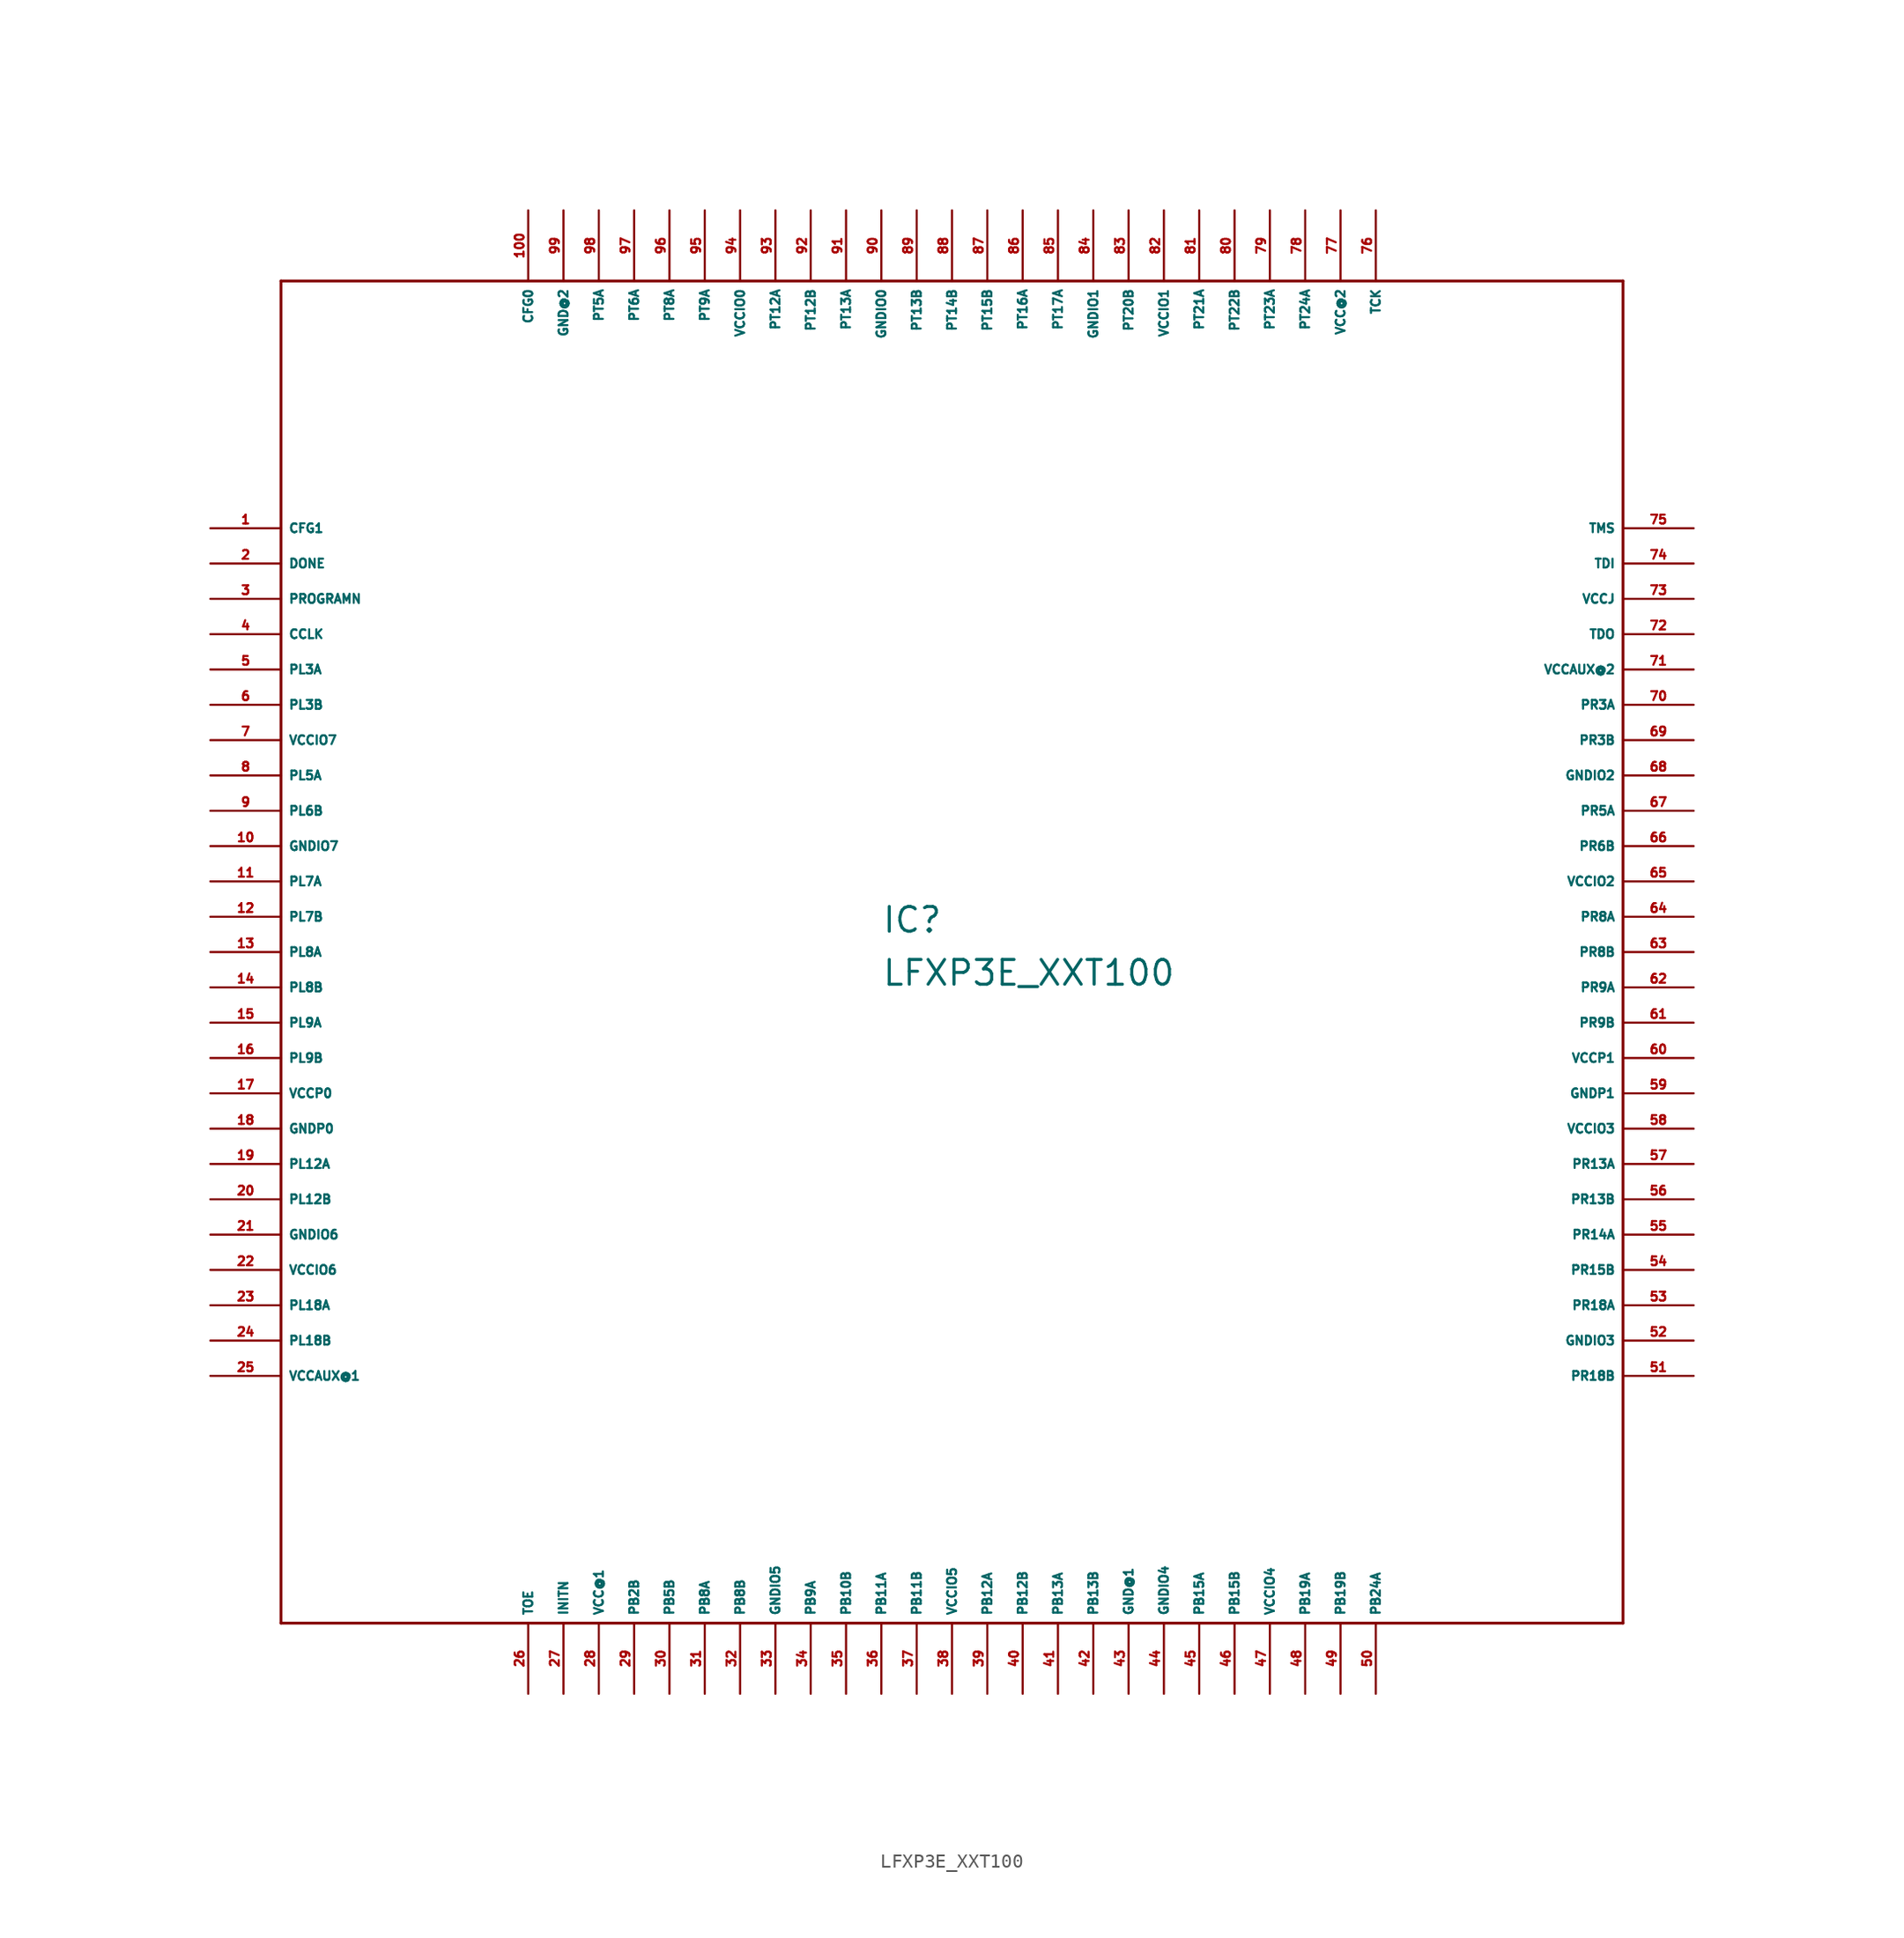
<source format=kicad_sym>
(kicad_symbol_lib
  (version 20220914)
  (generator Eagle2Kicad)
  (symbol "LFXP3E_XXT100"
    (property "Reference" "IC"
      (at -5.08 1.27 0)
      (effects (font (size 1.778 1.778) (thickness 0.22)) (justify left bottom)))
    (property "Value" "LFXP3E_XXT100"
      (at -5.08 -2.54 0)
      (effects (font (size 1.778 1.778) (thickness 0.22)) (justify left bottom)))
    (polyline
      (pts (xy -48.26 -48.26) (xy 48.26 -48.26))
      (stroke (width 0.203) (type default))
      (fill (type none)))
    (polyline
      (pts (xy 48.26 -48.26) (xy 48.26 48.26))
      (stroke (width 0.203) (type default))
      (fill (type none)))
    (polyline
      (pts (xy 48.26 48.26) (xy -48.26 48.26))
      (stroke (width 0.203) (type default))
      (fill (type none)))
    (polyline
      (pts (xy -48.26 48.26) (xy -48.26 -48.26))
      (stroke (width 0.203) (type default))
      (fill (type none)))
    (pin input line
      (at -53.34 30.48 0)
      (length 5.08)
      (name "CFG1" (effects (font (size 0.635 0.635) (thickness 0.08)) (justify left bottom)))
      (number "1" (effects (font (size 0.635 0.635) (thickness 0.08)) (justify left bottom))))
    (pin bidirectional line
      (at -53.34 27.94 0)
      (length 5.08)
      (name "DONE" (effects (font (size 0.635 0.635) (thickness 0.08)) (justify left bottom)))
      (number "2" (effects (font (size 0.635 0.635) (thickness 0.08)) (justify left bottom))))
    (pin input line
      (at -53.34 25.4 0)
      (length 5.08)
      (name "PROGRAMN" (effects (font (size 0.635 0.635) (thickness 0.08)) (justify left bottom)))
      (number "3" (effects (font (size 0.635 0.635) (thickness 0.08)) (justify left bottom))))
    (pin bidirectional line
      (at -53.34 22.86 0)
      (length 5.08)
      (name "CCLK" (effects (font (size 0.635 0.635) (thickness 0.08)) (justify left bottom)))
      (number "4" (effects (font (size 0.635 0.635) (thickness 0.08)) (justify left bottom))))
    (pin bidirectional line
      (at -53.34 20.32 0)
      (length 5.08)
      (name "PL3A" (effects (font (size 0.635 0.635) (thickness 0.08)) (justify left bottom)))
      (number "5" (effects (font (size 0.635 0.635) (thickness 0.08)) (justify left bottom))))
    (pin bidirectional line
      (at -53.34 17.78 0)
      (length 5.08)
      (name "PL3B" (effects (font (size 0.635 0.635) (thickness 0.08)) (justify left bottom)))
      (number "6" (effects (font (size 0.635 0.635) (thickness 0.08)) (justify left bottom))))
    (pin unspecified line
      (at -53.34 15.24 0)
      (length 5.08)
      (name "VCCIO7" (effects (font (size 0.635 0.635) (thickness 0.08)) (justify left bottom)))
      (number "7" (effects (font (size 0.635 0.635) (thickness 0.08)) (justify left bottom))))
    (pin bidirectional line
      (at -53.34 12.7 0)
      (length 5.08)
      (name "PL5A" (effects (font (size 0.635 0.635) (thickness 0.08)) (justify left bottom)))
      (number "8" (effects (font (size 0.635 0.635) (thickness 0.08)) (justify left bottom))))
    (pin bidirectional line
      (at -53.34 10.16 0)
      (length 5.08)
      (name "PL6B" (effects (font (size 0.635 0.635) (thickness 0.08)) (justify left bottom)))
      (number "9" (effects (font (size 0.635 0.635) (thickness 0.08)) (justify left bottom))))
    (pin unspecified line
      (at -53.34 7.62 0)
      (length 5.08)
      (name "GNDIO7" (effects (font (size 0.635 0.635) (thickness 0.08)) (justify left bottom)))
      (number "10" (effects (font (size 0.635 0.635) (thickness 0.08)) (justify left bottom))))
    (pin bidirectional line
      (at -53.34 5.08 0)
      (length 5.08)
      (name "PL7A" (effects (font (size 0.635 0.635) (thickness 0.08)) (justify left bottom)))
      (number "11" (effects (font (size 0.635 0.635) (thickness 0.08)) (justify left bottom))))
    (pin bidirectional line
      (at -53.34 2.54 0)
      (length 5.08)
      (name "PL7B" (effects (font (size 0.635 0.635) (thickness 0.08)) (justify left bottom)))
      (number "12" (effects (font (size 0.635 0.635) (thickness 0.08)) (justify left bottom))))
    (pin bidirectional line
      (at -53.34 0 0)
      (length 5.08)
      (name "PL8A" (effects (font (size 0.635 0.635) (thickness 0.08)) (justify left bottom)))
      (number "13" (effects (font (size 0.635 0.635) (thickness 0.08)) (justify left bottom))))
    (pin bidirectional line
      (at -53.34 -2.54 0)
      (length 5.08)
      (name "PL8B" (effects (font (size 0.635 0.635) (thickness 0.08)) (justify left bottom)))
      (number "14" (effects (font (size 0.635 0.635) (thickness 0.08)) (justify left bottom))))
    (pin bidirectional line
      (at -53.34 -5.08 0)
      (length 5.08)
      (name "PL9A" (effects (font (size 0.635 0.635) (thickness 0.08)) (justify left bottom)))
      (number "15" (effects (font (size 0.635 0.635) (thickness 0.08)) (justify left bottom))))
    (pin bidirectional line
      (at -53.34 -7.62 0)
      (length 5.08)
      (name "PL9B" (effects (font (size 0.635 0.635) (thickness 0.08)) (justify left bottom)))
      (number "16" (effects (font (size 0.635 0.635) (thickness 0.08)) (justify left bottom))))
    (pin unspecified line
      (at -53.34 -10.16 0)
      (length 5.08)
      (name "VCCP0" (effects (font (size 0.635 0.635) (thickness 0.08)) (justify left bottom)))
      (number "17" (effects (font (size 0.635 0.635) (thickness 0.08)) (justify left bottom))))
    (pin unspecified line
      (at -53.34 -12.7 0)
      (length 5.08)
      (name "GNDP0" (effects (font (size 0.635 0.635) (thickness 0.08)) (justify left bottom)))
      (number "18" (effects (font (size 0.635 0.635) (thickness 0.08)) (justify left bottom))))
    (pin bidirectional line
      (at -53.34 -15.24 0)
      (length 5.08)
      (name "PL12A" (effects (font (size 0.635 0.635) (thickness 0.08)) (justify left bottom)))
      (number "19" (effects (font (size 0.635 0.635) (thickness 0.08)) (justify left bottom))))
    (pin bidirectional line
      (at -53.34 -17.78 0)
      (length 5.08)
      (name "PL12B" (effects (font (size 0.635 0.635) (thickness 0.08)) (justify left bottom)))
      (number "20" (effects (font (size 0.635 0.635) (thickness 0.08)) (justify left bottom))))
    (pin unspecified line
      (at -53.34 -20.32 0)
      (length 5.08)
      (name "GNDIO6" (effects (font (size 0.635 0.635) (thickness 0.08)) (justify left bottom)))
      (number "21" (effects (font (size 0.635 0.635) (thickness 0.08)) (justify left bottom))))
    (pin unspecified line
      (at -53.34 -22.86 0)
      (length 5.08)
      (name "VCCIO6" (effects (font (size 0.635 0.635) (thickness 0.08)) (justify left bottom)))
      (number "22" (effects (font (size 0.635 0.635) (thickness 0.08)) (justify left bottom))))
    (pin bidirectional line
      (at -53.34 -25.4 0)
      (length 5.08)
      (name "PL18A" (effects (font (size 0.635 0.635) (thickness 0.08)) (justify left bottom)))
      (number "23" (effects (font (size 0.635 0.635) (thickness 0.08)) (justify left bottom))))
    (pin bidirectional line
      (at -53.34 -27.94 0)
      (length 5.08)
      (name "PL18B" (effects (font (size 0.635 0.635) (thickness 0.08)) (justify left bottom)))
      (number "24" (effects (font (size 0.635 0.635) (thickness 0.08)) (justify left bottom))))
    (pin unspecified line
      (at -53.34 -30.48 0)
      (length 5.08)
      (name "VCCAUX@1" (effects (font (size 0.635 0.635) (thickness 0.08)) (justify left bottom)))
      (number "25" (effects (font (size 0.635 0.635) (thickness 0.08)) (justify left bottom))))
    (pin input line
      (at -30.48 -53.34 90)
      (length 5.08)
      (name "TOE" (effects (font (size 0.635 0.635) (thickness 0.08)) (justify left bottom)))
      (number "26" (effects (font (size 0.635 0.635) (thickness 0.08)) (justify left bottom))))
    (pin bidirectional line
      (at -27.94 -53.34 90)
      (length 5.08)
      (name "INITN" (effects (font (size 0.635 0.635) (thickness 0.08)) (justify left bottom)))
      (number "27" (effects (font (size 0.635 0.635) (thickness 0.08)) (justify left bottom))))
    (pin unspecified line
      (at -25.4 -53.34 90)
      (length 5.08)
      (name "VCC@1" (effects (font (size 0.635 0.635) (thickness 0.08)) (justify left bottom)))
      (number "28" (effects (font (size 0.635 0.635) (thickness 0.08)) (justify left bottom))))
    (pin bidirectional line
      (at -22.86 -53.34 90)
      (length 5.08)
      (name "PB2B" (effects (font (size 0.635 0.635) (thickness 0.08)) (justify left bottom)))
      (number "29" (effects (font (size 0.635 0.635) (thickness 0.08)) (justify left bottom))))
    (pin bidirectional line
      (at -20.32 -53.34 90)
      (length 5.08)
      (name "PB5B" (effects (font (size 0.635 0.635) (thickness 0.08)) (justify left bottom)))
      (number "30" (effects (font (size 0.635 0.635) (thickness 0.08)) (justify left bottom))))
    (pin bidirectional line
      (at -17.78 -53.34 90)
      (length 5.08)
      (name "PB8A" (effects (font (size 0.635 0.635) (thickness 0.08)) (justify left bottom)))
      (number "31" (effects (font (size 0.635 0.635) (thickness 0.08)) (justify left bottom))))
    (pin bidirectional line
      (at -15.24 -53.34 90)
      (length 5.08)
      (name "PB8B" (effects (font (size 0.635 0.635) (thickness 0.08)) (justify left bottom)))
      (number "32" (effects (font (size 0.635 0.635) (thickness 0.08)) (justify left bottom))))
    (pin unspecified line
      (at -12.7 -53.34 90)
      (length 5.08)
      (name "GNDIO5" (effects (font (size 0.635 0.635) (thickness 0.08)) (justify left bottom)))
      (number "33" (effects (font (size 0.635 0.635) (thickness 0.08)) (justify left bottom))))
    (pin bidirectional line
      (at -10.16 -53.34 90)
      (length 5.08)
      (name "PB9A" (effects (font (size 0.635 0.635) (thickness 0.08)) (justify left bottom)))
      (number "34" (effects (font (size 0.635 0.635) (thickness 0.08)) (justify left bottom))))
    (pin bidirectional line
      (at -7.62 -53.34 90)
      (length 5.08)
      (name "PB10B" (effects (font (size 0.635 0.635) (thickness 0.08)) (justify left bottom)))
      (number "35" (effects (font (size 0.635 0.635) (thickness 0.08)) (justify left bottom))))
    (pin bidirectional line
      (at -5.08 -53.34 90)
      (length 5.08)
      (name "PB11A" (effects (font (size 0.635 0.635) (thickness 0.08)) (justify left bottom)))
      (number "36" (effects (font (size 0.635 0.635) (thickness 0.08)) (justify left bottom))))
    (pin bidirectional line
      (at -2.54 -53.34 90)
      (length 5.08)
      (name "PB11B" (effects (font (size 0.635 0.635) (thickness 0.08)) (justify left bottom)))
      (number "37" (effects (font (size 0.635 0.635) (thickness 0.08)) (justify left bottom))))
    (pin unspecified line
      (at 0 -53.34 90)
      (length 5.08)
      (name "VCCIO5" (effects (font (size 0.635 0.635) (thickness 0.08)) (justify left bottom)))
      (number "38" (effects (font (size 0.635 0.635) (thickness 0.08)) (justify left bottom))))
    (pin bidirectional line
      (at 2.54 -53.34 90)
      (length 5.08)
      (name "PB12A" (effects (font (size 0.635 0.635) (thickness 0.08)) (justify left bottom)))
      (number "39" (effects (font (size 0.635 0.635) (thickness 0.08)) (justify left bottom))))
    (pin bidirectional line
      (at 5.08 -53.34 90)
      (length 5.08)
      (name "PB12B" (effects (font (size 0.635 0.635) (thickness 0.08)) (justify left bottom)))
      (number "40" (effects (font (size 0.635 0.635) (thickness 0.08)) (justify left bottom))))
    (pin bidirectional line
      (at 7.62 -53.34 90)
      (length 5.08)
      (name "PB13A" (effects (font (size 0.635 0.635) (thickness 0.08)) (justify left bottom)))
      (number "41" (effects (font (size 0.635 0.635) (thickness 0.08)) (justify left bottom))))
    (pin bidirectional line
      (at 10.16 -53.34 90)
      (length 5.08)
      (name "PB13B" (effects (font (size 0.635 0.635) (thickness 0.08)) (justify left bottom)))
      (number "42" (effects (font (size 0.635 0.635) (thickness 0.08)) (justify left bottom))))
    (pin unspecified line
      (at 12.7 -53.34 90)
      (length 5.08)
      (name "GND@1" (effects (font (size 0.635 0.635) (thickness 0.08)) (justify left bottom)))
      (number "43" (effects (font (size 0.635 0.635) (thickness 0.08)) (justify left bottom))))
    (pin unspecified line
      (at 15.24 -53.34 90)
      (length 5.08)
      (name "GNDIO4" (effects (font (size 0.635 0.635) (thickness 0.08)) (justify left bottom)))
      (number "44" (effects (font (size 0.635 0.635) (thickness 0.08)) (justify left bottom))))
    (pin bidirectional line
      (at 17.78 -53.34 90)
      (length 5.08)
      (name "PB15A" (effects (font (size 0.635 0.635) (thickness 0.08)) (justify left bottom)))
      (number "45" (effects (font (size 0.635 0.635) (thickness 0.08)) (justify left bottom))))
    (pin bidirectional line
      (at 20.32 -53.34 90)
      (length 5.08)
      (name "PB15B" (effects (font (size 0.635 0.635) (thickness 0.08)) (justify left bottom)))
      (number "46" (effects (font (size 0.635 0.635) (thickness 0.08)) (justify left bottom))))
    (pin unspecified line
      (at 22.86 -53.34 90)
      (length 5.08)
      (name "VCCIO4" (effects (font (size 0.635 0.635) (thickness 0.08)) (justify left bottom)))
      (number "47" (effects (font (size 0.635 0.635) (thickness 0.08)) (justify left bottom))))
    (pin bidirectional line
      (at 25.4 -53.34 90)
      (length 5.08)
      (name "PB19A" (effects (font (size 0.635 0.635) (thickness 0.08)) (justify left bottom)))
      (number "48" (effects (font (size 0.635 0.635) (thickness 0.08)) (justify left bottom))))
    (pin bidirectional line
      (at 27.94 -53.34 90)
      (length 5.08)
      (name "PB19B" (effects (font (size 0.635 0.635) (thickness 0.08)) (justify left bottom)))
      (number "49" (effects (font (size 0.635 0.635) (thickness 0.08)) (justify left bottom))))
    (pin bidirectional line
      (at 30.48 -53.34 90)
      (length 5.08)
      (name "PB24A" (effects (font (size 0.635 0.635) (thickness 0.08)) (justify left bottom)))
      (number "50" (effects (font (size 0.635 0.635) (thickness 0.08)) (justify left bottom))))
    (pin bidirectional line
      (at 53.34 -30.48 180)
      (length 5.08)
      (name "PR18B" (effects (font (size 0.635 0.635) (thickness 0.08)) (justify left bottom)))
      (number "51" (effects (font (size 0.635 0.635) (thickness 0.08)) (justify left bottom))))
    (pin unspecified line
      (at 53.34 -27.94 180)
      (length 5.08)
      (name "GNDIO3" (effects (font (size 0.635 0.635) (thickness 0.08)) (justify left bottom)))
      (number "52" (effects (font (size 0.635 0.635) (thickness 0.08)) (justify left bottom))))
    (pin bidirectional line
      (at 53.34 -25.4 180)
      (length 5.08)
      (name "PR18A" (effects (font (size 0.635 0.635) (thickness 0.08)) (justify left bottom)))
      (number "53" (effects (font (size 0.635 0.635) (thickness 0.08)) (justify left bottom))))
    (pin bidirectional line
      (at 53.34 -22.86 180)
      (length 5.08)
      (name "PR15B" (effects (font (size 0.635 0.635) (thickness 0.08)) (justify left bottom)))
      (number "54" (effects (font (size 0.635 0.635) (thickness 0.08)) (justify left bottom))))
    (pin bidirectional line
      (at 53.34 -20.32 180)
      (length 5.08)
      (name "PR14A" (effects (font (size 0.635 0.635) (thickness 0.08)) (justify left bottom)))
      (number "55" (effects (font (size 0.635 0.635) (thickness 0.08)) (justify left bottom))))
    (pin bidirectional line
      (at 53.34 -17.78 180)
      (length 5.08)
      (name "PR13B" (effects (font (size 0.635 0.635) (thickness 0.08)) (justify left bottom)))
      (number "56" (effects (font (size 0.635 0.635) (thickness 0.08)) (justify left bottom))))
    (pin bidirectional line
      (at 53.34 -15.24 180)
      (length 5.08)
      (name "PR13A" (effects (font (size 0.635 0.635) (thickness 0.08)) (justify left bottom)))
      (number "57" (effects (font (size 0.635 0.635) (thickness 0.08)) (justify left bottom))))
    (pin unspecified line
      (at 53.34 -12.7 180)
      (length 5.08)
      (name "VCCIO3" (effects (font (size 0.635 0.635) (thickness 0.08)) (justify left bottom)))
      (number "58" (effects (font (size 0.635 0.635) (thickness 0.08)) (justify left bottom))))
    (pin unspecified line
      (at 53.34 -10.16 180)
      (length 5.08)
      (name "GNDP1" (effects (font (size 0.635 0.635) (thickness 0.08)) (justify left bottom)))
      (number "59" (effects (font (size 0.635 0.635) (thickness 0.08)) (justify left bottom))))
    (pin unspecified line
      (at 53.34 -7.62 180)
      (length 5.08)
      (name "VCCP1" (effects (font (size 0.635 0.635) (thickness 0.08)) (justify left bottom)))
      (number "60" (effects (font (size 0.635 0.635) (thickness 0.08)) (justify left bottom))))
    (pin bidirectional line
      (at 53.34 -5.08 180)
      (length 5.08)
      (name "PR9B" (effects (font (size 0.635 0.635) (thickness 0.08)) (justify left bottom)))
      (number "61" (effects (font (size 0.635 0.635) (thickness 0.08)) (justify left bottom))))
    (pin bidirectional line
      (at 53.34 -2.54 180)
      (length 5.08)
      (name "PR9A" (effects (font (size 0.635 0.635) (thickness 0.08)) (justify left bottom)))
      (number "62" (effects (font (size 0.635 0.635) (thickness 0.08)) (justify left bottom))))
    (pin bidirectional line
      (at 53.34 0 180)
      (length 5.08)
      (name "PR8B" (effects (font (size 0.635 0.635) (thickness 0.08)) (justify left bottom)))
      (number "63" (effects (font (size 0.635 0.635) (thickness 0.08)) (justify left bottom))))
    (pin bidirectional line
      (at 53.34 2.54 180)
      (length 5.08)
      (name "PR8A" (effects (font (size 0.635 0.635) (thickness 0.08)) (justify left bottom)))
      (number "64" (effects (font (size 0.635 0.635) (thickness 0.08)) (justify left bottom))))
    (pin unspecified line
      (at 53.34 5.08 180)
      (length 5.08)
      (name "VCCIO2" (effects (font (size 0.635 0.635) (thickness 0.08)) (justify left bottom)))
      (number "65" (effects (font (size 0.635 0.635) (thickness 0.08)) (justify left bottom))))
    (pin bidirectional line
      (at 53.34 7.62 180)
      (length 5.08)
      (name "PR6B" (effects (font (size 0.635 0.635) (thickness 0.08)) (justify left bottom)))
      (number "66" (effects (font (size 0.635 0.635) (thickness 0.08)) (justify left bottom))))
    (pin bidirectional line
      (at 53.34 10.16 180)
      (length 5.08)
      (name "PR5A" (effects (font (size 0.635 0.635) (thickness 0.08)) (justify left bottom)))
      (number "67" (effects (font (size 0.635 0.635) (thickness 0.08)) (justify left bottom))))
    (pin unspecified line
      (at 53.34 12.7 180)
      (length 5.08)
      (name "GNDIO2" (effects (font (size 0.635 0.635) (thickness 0.08)) (justify left bottom)))
      (number "68" (effects (font (size 0.635 0.635) (thickness 0.08)) (justify left bottom))))
    (pin bidirectional line
      (at 53.34 15.24 180)
      (length 5.08)
      (name "PR3B" (effects (font (size 0.635 0.635) (thickness 0.08)) (justify left bottom)))
      (number "69" (effects (font (size 0.635 0.635) (thickness 0.08)) (justify left bottom))))
    (pin bidirectional line
      (at 53.34 17.78 180)
      (length 5.08)
      (name "PR3A" (effects (font (size 0.635 0.635) (thickness 0.08)) (justify left bottom)))
      (number "70" (effects (font (size 0.635 0.635) (thickness 0.08)) (justify left bottom))))
    (pin unspecified line
      (at 53.34 20.32 180)
      (length 5.08)
      (name "VCCAUX@2" (effects (font (size 0.635 0.635) (thickness 0.08)) (justify left bottom)))
      (number "71" (effects (font (size 0.635 0.635) (thickness 0.08)) (justify left bottom))))
    (pin output line
      (at 53.34 22.86 180)
      (length 5.08)
      (name "TDO" (effects (font (size 0.635 0.635) (thickness 0.08)) (justify left bottom)))
      (number "72" (effects (font (size 0.635 0.635) (thickness 0.08)) (justify left bottom))))
    (pin unspecified line
      (at 53.34 25.4 180)
      (length 5.08)
      (name "VCCJ" (effects (font (size 0.635 0.635) (thickness 0.08)) (justify left bottom)))
      (number "73" (effects (font (size 0.635 0.635) (thickness 0.08)) (justify left bottom))))
    (pin input line
      (at 53.34 27.94 180)
      (length 5.08)
      (name "TDI" (effects (font (size 0.635 0.635) (thickness 0.08)) (justify left bottom)))
      (number "74" (effects (font (size 0.635 0.635) (thickness 0.08)) (justify left bottom))))
    (pin input line
      (at 53.34 30.48 180)
      (length 5.08)
      (name "TMS" (effects (font (size 0.635 0.635) (thickness 0.08)) (justify left bottom)))
      (number "75" (effects (font (size 0.635 0.635) (thickness 0.08)) (justify left bottom))))
    (pin input line
      (at 30.48 53.34 270)
      (length 5.08)
      (name "TCK" (effects (font (size 0.635 0.635) (thickness 0.08)) (justify left bottom)))
      (number "76" (effects (font (size 0.635 0.635) (thickness 0.08)) (justify left bottom))))
    (pin unspecified line
      (at 27.94 53.34 270)
      (length 5.08)
      (name "VCC@2" (effects (font (size 0.635 0.635) (thickness 0.08)) (justify left bottom)))
      (number "77" (effects (font (size 0.635 0.635) (thickness 0.08)) (justify left bottom))))
    (pin bidirectional line
      (at 25.4 53.34 270)
      (length 5.08)
      (name "PT24A" (effects (font (size 0.635 0.635) (thickness 0.08)) (justify left bottom)))
      (number "78" (effects (font (size 0.635 0.635) (thickness 0.08)) (justify left bottom))))
    (pin bidirectional line
      (at 22.86 53.34 270)
      (length 5.08)
      (name "PT23A" (effects (font (size 0.635 0.635) (thickness 0.08)) (justify left bottom)))
      (number "79" (effects (font (size 0.635 0.635) (thickness 0.08)) (justify left bottom))))
    (pin bidirectional line
      (at 20.32 53.34 270)
      (length 5.08)
      (name "PT22B" (effects (font (size 0.635 0.635) (thickness 0.08)) (justify left bottom)))
      (number "80" (effects (font (size 0.635 0.635) (thickness 0.08)) (justify left bottom))))
    (pin bidirectional line
      (at 17.78 53.34 270)
      (length 5.08)
      (name "PT21A" (effects (font (size 0.635 0.635) (thickness 0.08)) (justify left bottom)))
      (number "81" (effects (font (size 0.635 0.635) (thickness 0.08)) (justify left bottom))))
    (pin unspecified line
      (at 15.24 53.34 270)
      (length 5.08)
      (name "VCCIO1" (effects (font (size 0.635 0.635) (thickness 0.08)) (justify left bottom)))
      (number "82" (effects (font (size 0.635 0.635) (thickness 0.08)) (justify left bottom))))
    (pin bidirectional line
      (at 12.7 53.34 270)
      (length 5.08)
      (name "PT20B" (effects (font (size 0.635 0.635) (thickness 0.08)) (justify left bottom)))
      (number "83" (effects (font (size 0.635 0.635) (thickness 0.08)) (justify left bottom))))
    (pin unspecified line
      (at 10.16 53.34 270)
      (length 5.08)
      (name "GNDIO1" (effects (font (size 0.635 0.635) (thickness 0.08)) (justify left bottom)))
      (number "84" (effects (font (size 0.635 0.635) (thickness 0.08)) (justify left bottom))))
    (pin bidirectional line
      (at 7.62 53.34 270)
      (length 5.08)
      (name "PT17A" (effects (font (size 0.635 0.635) (thickness 0.08)) (justify left bottom)))
      (number "85" (effects (font (size 0.635 0.635) (thickness 0.08)) (justify left bottom))))
    (pin bidirectional line
      (at 5.08 53.34 270)
      (length 5.08)
      (name "PT16A" (effects (font (size 0.635 0.635) (thickness 0.08)) (justify left bottom)))
      (number "86" (effects (font (size 0.635 0.635) (thickness 0.08)) (justify left bottom))))
    (pin bidirectional line
      (at 2.54 53.34 270)
      (length 5.08)
      (name "PT15B" (effects (font (size 0.635 0.635) (thickness 0.08)) (justify left bottom)))
      (number "87" (effects (font (size 0.635 0.635) (thickness 0.08)) (justify left bottom))))
    (pin bidirectional line
      (at 0 53.34 270)
      (length 5.08)
      (name "PT14B" (effects (font (size 0.635 0.635) (thickness 0.08)) (justify left bottom)))
      (number "88" (effects (font (size 0.635 0.635) (thickness 0.08)) (justify left bottom))))
    (pin bidirectional line
      (at -2.54 53.34 270)
      (length 5.08)
      (name "PT13B" (effects (font (size 0.635 0.635) (thickness 0.08)) (justify left bottom)))
      (number "89" (effects (font (size 0.635 0.635) (thickness 0.08)) (justify left bottom))))
    (pin unspecified line
      (at -5.08 53.34 270)
      (length 5.08)
      (name "GNDIO0" (effects (font (size 0.635 0.635) (thickness 0.08)) (justify left bottom)))
      (number "90" (effects (font (size 0.635 0.635) (thickness 0.08)) (justify left bottom))))
    (pin bidirectional line
      (at -7.62 53.34 270)
      (length 5.08)
      (name "PT13A" (effects (font (size 0.635 0.635) (thickness 0.08)) (justify left bottom)))
      (number "91" (effects (font (size 0.635 0.635) (thickness 0.08)) (justify left bottom))))
    (pin bidirectional line
      (at -10.16 53.34 270)
      (length 5.08)
      (name "PT12B" (effects (font (size 0.635 0.635) (thickness 0.08)) (justify left bottom)))
      (number "92" (effects (font (size 0.635 0.635) (thickness 0.08)) (justify left bottom))))
    (pin bidirectional line
      (at -12.7 53.34 270)
      (length 5.08)
      (name "PT12A" (effects (font (size 0.635 0.635) (thickness 0.08)) (justify left bottom)))
      (number "93" (effects (font (size 0.635 0.635) (thickness 0.08)) (justify left bottom))))
    (pin unspecified line
      (at -15.24 53.34 270)
      (length 5.08)
      (name "VCCIO0" (effects (font (size 0.635 0.635) (thickness 0.08)) (justify left bottom)))
      (number "94" (effects (font (size 0.635 0.635) (thickness 0.08)) (justify left bottom))))
    (pin bidirectional line
      (at -17.78 53.34 270)
      (length 5.08)
      (name "PT9A" (effects (font (size 0.635 0.635) (thickness 0.08)) (justify left bottom)))
      (number "95" (effects (font (size 0.635 0.635) (thickness 0.08)) (justify left bottom))))
    (pin bidirectional line
      (at -20.32 53.34 270)
      (length 5.08)
      (name "PT8A" (effects (font (size 0.635 0.635) (thickness 0.08)) (justify left bottom)))
      (number "96" (effects (font (size 0.635 0.635) (thickness 0.08)) (justify left bottom))))
    (pin bidirectional line
      (at -22.86 53.34 270)
      (length 5.08)
      (name "PT6A" (effects (font (size 0.635 0.635) (thickness 0.08)) (justify left bottom)))
      (number "97" (effects (font (size 0.635 0.635) (thickness 0.08)) (justify left bottom))))
    (pin bidirectional line
      (at -25.4 53.34 270)
      (length 5.08)
      (name "PT5A" (effects (font (size 0.635 0.635) (thickness 0.08)) (justify left bottom)))
      (number "98" (effects (font (size 0.635 0.635) (thickness 0.08)) (justify left bottom))))
    (pin unspecified line
      (at -27.94 53.34 270)
      (length 5.08)
      (name "GND@2" (effects (font (size 0.635 0.635) (thickness 0.08)) (justify left bottom)))
      (number "99" (effects (font (size 0.635 0.635) (thickness 0.08)) (justify left bottom))))
    (pin input line
      (at -30.48 53.34 270)
      (length 5.08)
      (name "CFG0" (effects (font (size 0.635 0.635) (thickness 0.08)) (justify left bottom)))
      (number "100" (effects (font (size 0.635 0.635) (thickness 0.08)) (justify left bottom))))))
</source>
